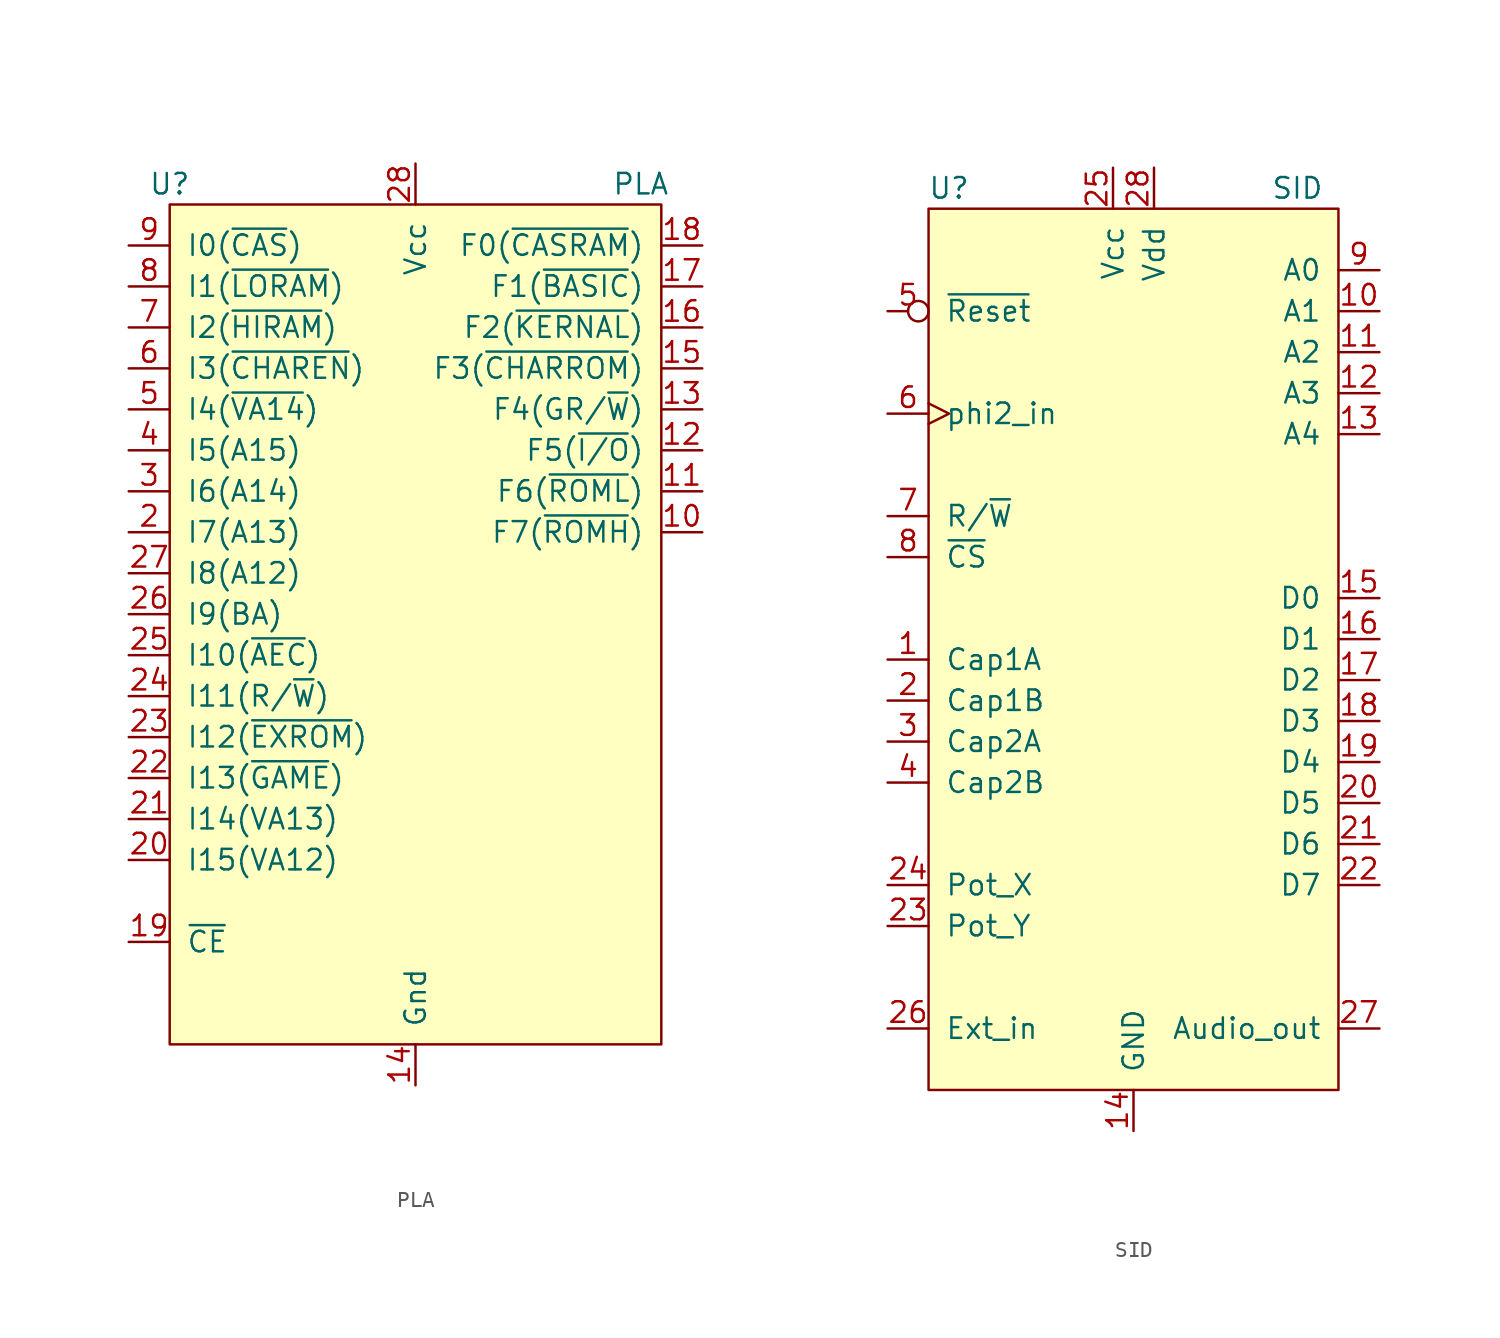
<source format=kicad_sym>
(kicad_symbol_lib
  (version 20201005)
  (generator kicad_symbol_editor)
  (symbol "C64:PLA"
    (pin_names
      (offset 1.016))
    (property "Reference" "U"
      (at -15.24 24.13 0)
      (effects (font (size 1.27 1.27))))
    (property "Value" "PLA"
      (at 13.97 24.13 0)
      (effects (font (size 1.27 1.27))))
    (symbol "PLA_0_1"
      (rectangle (start -15.24 22.86) (end 15.24 -29.21) (stroke (width 0)) (fill (type background))))
    (symbol "PLA_1_1"
      (pin no_connect line (at -17.78 -26.67 0) (length 2.54) hide (name "FE" (effects (font (size 1.27 1.27)))) (number "1" (effects (font (size 1.27 1.27)))))
      (pin output line (at 17.78 2.54 180) (length 2.54) (name "F7(~ROMH~)" (effects (font (size 1.27 1.27)))) (number "10" (effects (font (size 1.27 1.27)))))
      (pin output line (at 17.78 5.08 180) (length 2.54) (name "F6(~ROML~)" (effects (font (size 1.27 1.27)))) (number "11" (effects (font (size 1.27 1.27)))))
      (pin output line (at 17.78 7.62 180) (length 2.54) (name "F5(~I/O~)" (effects (font (size 1.27 1.27)))) (number "12" (effects (font (size 1.27 1.27)))))
      (pin output line (at 17.78 10.16 180) (length 2.54) (name "F4(GR/~W~)" (effects (font (size 1.27 1.27)))) (number "13" (effects (font (size 1.27 1.27)))))
      (pin power_in line (at 0 -31.75 90) (length 2.54) (name "Gnd" (effects (font (size 1.27 1.27)))) (number "14" (effects (font (size 1.27 1.27)))))
      (pin output line (at 17.78 12.7 180) (length 2.54) (name "F3(~CHARROM~)" (effects (font (size 1.27 1.27)))) (number "15" (effects (font (size 1.27 1.27)))))
      (pin output line (at 17.78 15.24 180) (length 2.54) (name "F2(~KERNAL~)" (effects (font (size 1.27 1.27)))) (number "16" (effects (font (size 1.27 1.27)))))
      (pin output line (at 17.78 17.78 180) (length 2.54) (name "F1(~BASIC~)" (effects (font (size 1.27 1.27)))) (number "17" (effects (font (size 1.27 1.27)))))
      (pin output line (at 17.78 20.32 180) (length 2.54) (name "F0(~CASRAM~)" (effects (font (size 1.27 1.27)))) (number "18" (effects (font (size 1.27 1.27)))))
      (pin input line (at -17.78 -22.86 0) (length 2.54) (name "~CE" (effects (font (size 1.27 1.27)))) (number "19" (effects (font (size 1.27 1.27)))))
      (pin input line (at -17.78 2.54 0) (length 2.54) (name "I7(A13)" (effects (font (size 1.27 1.27)))) (number "2" (effects (font (size 1.27 1.27)))))
      (pin input line (at -17.78 -17.78 0) (length 2.54) (name "I15(VA12)" (effects (font (size 1.27 1.27)))) (number "20" (effects (font (size 1.27 1.27)))))
      (pin input line (at -17.78 -15.24 0) (length 2.54) (name "I14(VA13)" (effects (font (size 1.27 1.27)))) (number "21" (effects (font (size 1.27 1.27)))))
      (pin input line (at -17.78 -12.7 0) (length 2.54) (name "I13(~GAME~)" (effects (font (size 1.27 1.27)))) (number "22" (effects (font (size 1.27 1.27)))))
      (pin input line (at -17.78 -10.16 0) (length 2.54) (name "I12(~EXROM~)" (effects (font (size 1.27 1.27)))) (number "23" (effects (font (size 1.27 1.27)))))
      (pin input line (at -17.78 -7.62 0) (length 2.54) (name "I11(R/~W)" (effects (font (size 1.27 1.27)))) (number "24" (effects (font (size 1.27 1.27)))))
      (pin input line (at -17.78 -5.08 0) (length 2.54) (name "I10(~AEC~)" (effects (font (size 1.27 1.27)))) (number "25" (effects (font (size 1.27 1.27)))))
      (pin input line (at -17.78 -2.54 0) (length 2.54) (name "I9(BA)" (effects (font (size 1.27 1.27)))) (number "26" (effects (font (size 1.27 1.27)))))
      (pin input line (at -17.78 0 0) (length 2.54) (name "I8(A12)" (effects (font (size 1.27 1.27)))) (number "27" (effects (font (size 1.27 1.27)))))
      (pin power_in line (at 0 25.4 270) (length 2.54) (name "Vcc" (effects (font (size 1.27 1.27)))) (number "28" (effects (font (size 1.27 1.27)))))
      (pin input line (at -17.78 5.08 0) (length 2.54) (name "I6(A14)" (effects (font (size 1.27 1.27)))) (number "3" (effects (font (size 1.27 1.27)))))
      (pin input line (at -17.78 7.62 0) (length 2.54) (name "I5(A15)" (effects (font (size 1.27 1.27)))) (number "4" (effects (font (size 1.27 1.27)))))
      (pin input line (at -17.78 10.16 0) (length 2.54) (name "I4(~VA14~)" (effects (font (size 1.27 1.27)))) (number "5" (effects (font (size 1.27 1.27)))))
      (pin input line (at -17.78 12.7 0) (length 2.54) (name "I3(~CHAREN~)" (effects (font (size 1.27 1.27)))) (number "6" (effects (font (size 1.27 1.27)))))
      (pin input line (at -17.78 15.24 0) (length 2.54) (name "I2(~HIRAM~)" (effects (font (size 1.27 1.27)))) (number "7" (effects (font (size 1.27 1.27)))))
      (pin input line (at -17.78 17.78 0) (length 2.54) (name "I1(~LORAM~)" (effects (font (size 1.27 1.27)))) (number "8" (effects (font (size 1.27 1.27)))))
      (pin input line (at -17.78 20.32 0) (length 2.54) (name "I0(~CAS~)" (effects (font (size 1.27 1.27)))) (number "9" (effects (font (size 1.27 1.27)))))))
  (symbol "C64:SID"
    (pin_names
      (offset 1.016))
    (property "Reference" "U"
      (at -11.43 27.94 0)
      (effects (font (size 1.27 1.27))))
    (property "Value" "SID"
      (at 10.16 27.94 0)
      (effects (font (size 1.27 1.27))))
    (symbol "SID_0_1"
      (polyline (pts (xy 0 26.67) (xy 8.89 26.67) (xy 12.7 26.67) (xy 12.7 -27.94) (xy -12.7 -27.94) (xy -12.7 26.67) (xy 0 26.67)) (stroke (width 0)) (fill (type background))))
    (symbol "SID_1_1"
      (pin unspecified line (at -15.24 -1.27 0) (length 2.54) (name "Cap1A" (effects (font (size 1.27 1.27)))) (number "1" (effects (font (size 1.27 1.27)))))
      (pin input line (at 15.24 20.32 180) (length 2.54) (name "A1" (effects (font (size 1.27 1.27)))) (number "10" (effects (font (size 1.27 1.27)))))
      (pin input line (at 15.24 17.78 180) (length 2.54) (name "A2" (effects (font (size 1.27 1.27)))) (number "11" (effects (font (size 1.27 1.27)))))
      (pin input line (at 15.24 15.24 180) (length 2.54) (name "A3" (effects (font (size 1.27 1.27)))) (number "12" (effects (font (size 1.27 1.27)))))
      (pin input line (at 15.24 12.7 180) (length 2.54) (name "A4" (effects (font (size 1.27 1.27)))) (number "13" (effects (font (size 1.27 1.27)))))
      (pin power_in line (at 0 -30.48 90) (length 2.54) (name "GND" (effects (font (size 1.27 1.27)))) (number "14" (effects (font (size 1.27 1.27)))))
      (pin bidirectional line (at 15.24 2.54 180) (length 2.54) (name "D0" (effects (font (size 1.27 1.27)))) (number "15" (effects (font (size 1.27 1.27)))))
      (pin bidirectional line (at 15.24 0 180) (length 2.54) (name "D1" (effects (font (size 1.27 1.27)))) (number "16" (effects (font (size 1.27 1.27)))))
      (pin bidirectional line (at 15.24 -2.54 180) (length 2.54) (name "D2" (effects (font (size 1.27 1.27)))) (number "17" (effects (font (size 1.27 1.27)))))
      (pin bidirectional line (at 15.24 -5.08 180) (length 2.54) (name "D3" (effects (font (size 1.27 1.27)))) (number "18" (effects (font (size 1.27 1.27)))))
      (pin bidirectional line (at 15.24 -7.62 180) (length 2.54) (name "D4" (effects (font (size 1.27 1.27)))) (number "19" (effects (font (size 1.27 1.27)))))
      (pin unspecified line (at -15.24 -3.81 0) (length 2.54) (name "Cap1B" (effects (font (size 1.27 1.27)))) (number "2" (effects (font (size 1.27 1.27)))))
      (pin bidirectional line (at 15.24 -10.16 180) (length 2.54) (name "D5" (effects (font (size 1.27 1.27)))) (number "20" (effects (font (size 1.27 1.27)))))
      (pin bidirectional line (at 15.24 -12.7 180) (length 2.54) (name "D6" (effects (font (size 1.27 1.27)))) (number "21" (effects (font (size 1.27 1.27)))))
      (pin bidirectional line (at 15.24 -15.24 180) (length 2.54) (name "D7" (effects (font (size 1.27 1.27)))) (number "22" (effects (font (size 1.27 1.27)))))
      (pin input line (at -15.24 -17.78 0) (length 2.54) (name "Pot_Y" (effects (font (size 1.27 1.27)))) (number "23" (effects (font (size 1.27 1.27)))))
      (pin input line (at -15.24 -15.24 0) (length 2.54) (name "Pot_X" (effects (font (size 1.27 1.27)))) (number "24" (effects (font (size 1.27 1.27)))))
      (pin power_in line (at -1.27 29.21 270) (length 2.54) (name "Vcc" (effects (font (size 1.27 1.27)))) (number "25" (effects (font (size 1.27 1.27)))))
      (pin input line (at -15.24 -24.13 0) (length 2.54) (name "Ext_in" (effects (font (size 1.27 1.27)))) (number "26" (effects (font (size 1.27 1.27)))))
      (pin output line (at 15.24 -24.13 180) (length 2.54) (name "Audio_out" (effects (font (size 1.27 1.27)))) (number "27" (effects (font (size 1.27 1.27)))))
      (pin power_in line (at 1.27 29.21 270) (length 2.54) (name "Vdd" (effects (font (size 1.27 1.27)))) (number "28" (effects (font (size 1.27 1.27)))))
      (pin unspecified line (at -15.24 -6.35 0) (length 2.54) (name "Cap2A" (effects (font (size 1.27 1.27)))) (number "3" (effects (font (size 1.27 1.27)))))
      (pin unspecified line (at -15.24 -8.89 0) (length 2.54) (name "Cap2B" (effects (font (size 1.27 1.27)))) (number "4" (effects (font (size 1.27 1.27)))))
      (pin input inverted (at -15.24 20.32 0) (length 2.54) (name "~Reset~" (effects (font (size 1.27 1.27)))) (number "5" (effects (font (size 1.27 1.27)))))
      (pin input clock (at -15.24 13.97 0) (length 2.54) (name "phi2_in" (effects (font (size 1.27 1.27)))) (number "6" (effects (font (size 1.27 1.27)))))
      (pin input line (at -15.24 7.62 0) (length 2.54) (name "R/~W~" (effects (font (size 1.27 1.27)))) (number "7" (effects (font (size 1.27 1.27)))))
      (pin input line (at -15.24 5.08 0) (length 2.54) (name "~CS~" (effects (font (size 1.27 1.27)))) (number "8" (effects (font (size 1.27 1.27)))))
      (pin input line (at 15.24 22.86 180) (length 2.54) (name "A0" (effects (font (size 1.27 1.27)))) (number "9" (effects (font (size 1.27 1.27))))))))
</source>
